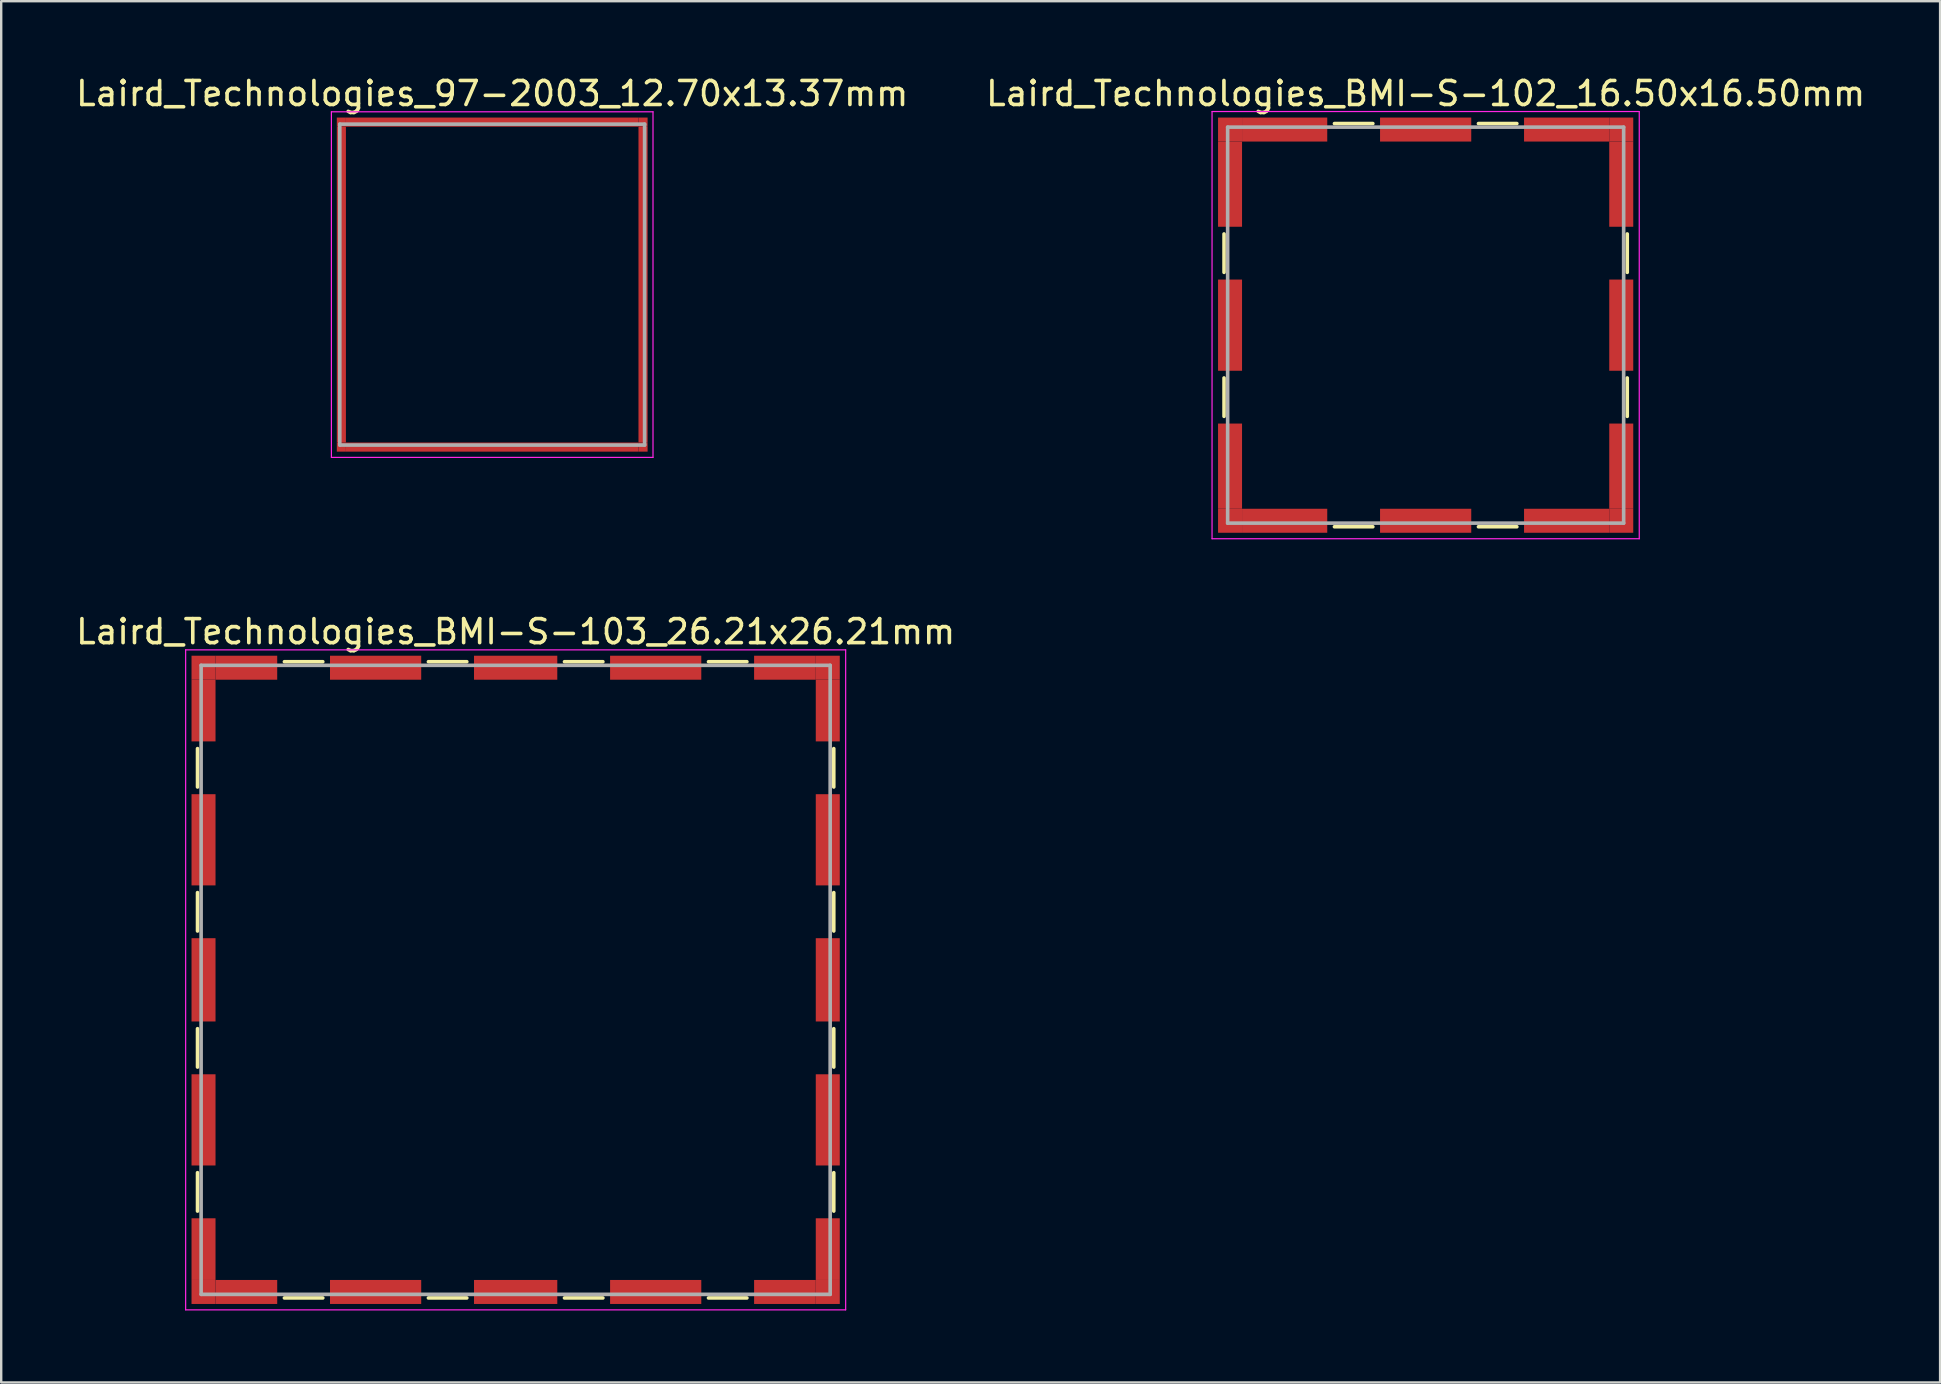
<source format=kicad_pcb>
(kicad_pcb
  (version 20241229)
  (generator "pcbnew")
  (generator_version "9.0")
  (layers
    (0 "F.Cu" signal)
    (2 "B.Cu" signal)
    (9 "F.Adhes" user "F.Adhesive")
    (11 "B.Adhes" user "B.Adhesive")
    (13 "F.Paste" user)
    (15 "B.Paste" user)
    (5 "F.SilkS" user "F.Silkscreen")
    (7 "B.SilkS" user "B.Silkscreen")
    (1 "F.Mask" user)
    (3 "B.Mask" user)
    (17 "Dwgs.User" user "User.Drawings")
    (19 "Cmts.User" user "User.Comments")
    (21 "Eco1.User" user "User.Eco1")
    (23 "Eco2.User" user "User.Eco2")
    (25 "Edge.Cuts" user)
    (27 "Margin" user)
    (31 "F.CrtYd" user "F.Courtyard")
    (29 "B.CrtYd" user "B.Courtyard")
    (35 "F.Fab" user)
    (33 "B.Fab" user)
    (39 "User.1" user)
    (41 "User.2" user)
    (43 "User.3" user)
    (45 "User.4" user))
  (footprint "Laird_Technologies_BMI-S-103_26.21x26.21mm"
    (layer "F.Cu")
    (at 18.435 37.776)
    (property "Reference" "Laird_Technologies_BMI-S-103_26.21x26.21mm" (at 0 -14.505 0) (layer "F.SilkS") (effects (font (size 1 1) (thickness 0.15))))
    (attr smd)
    (fp_line (start -13.255 -9.635) (end -13.255 -8.035) (stroke (width 0.15) (type solid)) (layer "F.SilkS"))
    (fp_line (start -13.255 -3.635) (end -13.255 -2.035) (stroke (width 0.15) (type solid)) (layer "F.SilkS"))
    (fp_line (start -13.255 2.035) (end -13.255 3.635) (stroke (width 0.15) (type solid)) (layer "F.SilkS"))
    (fp_line (start -13.255 8.035) (end -13.255 9.635) (stroke (width 0.15) (type solid)) (layer "F.SilkS"))
    (fp_line (start -9.635 -13.255) (end -8.035 -13.255) (stroke (width 0.15) (type solid)) (layer "F.SilkS"))
    (fp_line (start -9.635 13.255) (end -8.035 13.255) (stroke (width 0.15) (type solid)) (layer "F.SilkS"))
    (fp_line (start -3.635 -13.255) (end -2.035 -13.255) (stroke (width 0.15) (type solid)) (layer "F.SilkS"))
    (fp_line (start -3.635 13.255) (end -2.035 13.255) (stroke (width 0.15) (type solid)) (layer "F.SilkS"))
    (fp_line (start 2.035 -13.255) (end 3.635 -13.255) (stroke (width 0.15) (type solid)) (layer "F.SilkS"))
    (fp_line (start 2.035 13.255) (end 3.635 13.255) (stroke (width 0.15) (type solid)) (layer "F.SilkS"))
    (fp_line (start 8.035 -13.255) (end 9.635 -13.255) (stroke (width 0.15) (type solid)) (layer "F.SilkS"))
    (fp_line (start 8.035 13.255) (end 9.635 13.255) (stroke (width 0.15) (type solid)) (layer "F.SilkS"))
    (fp_line (start 13.255 -9.635) (end 13.255 -8.035) (stroke (width 0.15) (type solid)) (layer "F.SilkS"))
    (fp_line (start 13.255 -3.635) (end 13.255 -2.035) (stroke (width 0.15) (type solid)) (layer "F.SilkS"))
    (fp_line (start 13.255 2.035) (end 13.255 3.635) (stroke (width 0.15) (type solid)) (layer "F.SilkS"))
    (fp_line (start 13.255 8.035) (end 13.255 9.635) (stroke (width 0.15) (type solid)) (layer "F.SilkS"))
    (fp_line (start -13.75 -13.75) (end -13.75 13.75) (stroke (width 0.05) (type solid)) (layer "F.CrtYd"))
    (fp_line (start -13.75 13.75) (end 13.75 13.75) (stroke (width 0.05) (type solid)) (layer "F.CrtYd"))
    (fp_line (start 13.75 -13.75) (end -13.75 -13.75) (stroke (width 0.05) (type solid)) (layer "F.CrtYd"))
    (fp_line (start 13.75 13.75) (end 13.75 -13.75) (stroke (width 0.05) (type solid)) (layer "F.CrtYd"))
    (fp_line (start -13.105 -13.105) (end -13.105 13.105) (stroke (width 0.15) (type solid)) (layer "F.Fab"))
    (fp_line (start -13.105 13.105) (end 13.105 13.105) (stroke (width 0.15) (type solid)) (layer "F.Fab"))
    (fp_line (start 13.105 -13.105) (end -13.105 -13.105) (stroke (width 0.15) (type solid)) (layer "F.Fab"))
    (fp_line (start 13.105 13.105) (end 13.105 -13.105) (stroke (width 0.15) (type solid)) (layer "F.Fab"))
    (pad "1" smd rect (at -13.005 -13.005) (size 1 1) (layers "F.Cu" "F.Mask"))
    (pad "1" smd rect (at -13.005 -11.22) (size 1 2.57) (layers "F.Cu" "F.Mask"))
    (pad "1" smd rect (at -13.005 -5.835) (size 1 3.8) (layers "F.Cu" "F.Mask"))
    (pad "1" smd rect (at -13.005 0) (size 1 3.47) (layers "F.Cu" "F.Mask"))
    (pad "1" smd rect (at -13.005 5.835) (size 1 3.8) (layers "F.Cu" "F.Mask"))
    (pad "1" smd rect (at -13.005 11.22) (size 1 2.57) (layers "F.Cu" "F.Mask"))
    (pad "1" smd rect (at -13.005 13.005) (size 1 1) (layers "F.Cu" "F.Mask"))
    (pad "1" smd rect (at -11.22 -13.005) (size 2.57 1) (layers "F.Cu" "F.Mask"))
    (pad "1" smd rect (at -11.22 13.005) (size 2.57 1) (layers "F.Cu" "F.Mask"))
    (pad "1" smd rect (at -5.835 -13.005) (size 3.8 1) (layers "F.Cu" "F.Mask"))
    (pad "1" smd rect (at -5.835 13.005) (size 3.8 1) (layers "F.Cu" "F.Mask"))
    (pad "1" smd rect (at 0 -13.005) (size 3.47 1) (layers "F.Cu" "F.Mask"))
    (pad "1" smd rect (at 0 13.005) (size 3.47 1) (layers "F.Cu" "F.Mask"))
    (pad "1" smd rect (at 5.835 -13.005) (size 3.8 1) (layers "F.Cu" "F.Mask"))
    (pad "1" smd rect (at 5.835 13.005) (size 3.8 1) (layers "F.Cu" "F.Mask"))
    (pad "1" smd rect (at 11.22 -13.005) (size 2.57 1) (layers "F.Cu" "F.Mask"))
    (pad "1" smd rect (at 11.22 13.005) (size 2.57 1) (layers "F.Cu" "F.Mask"))
    (pad "1" smd rect (at 13.005 -13.005) (size 1 1) (layers "F.Cu" "F.Mask"))
    (pad "1" smd rect (at 13.005 -11.22) (size 1 2.57) (layers "F.Cu" "F.Mask"))
    (pad "1" smd rect (at 13.005 -5.835) (size 1 3.8) (layers "F.Cu" "F.Mask"))
    (pad "1" smd rect (at 13.005 0) (size 1 3.47) (layers "F.Cu" "F.Mask"))
    (pad "1" smd rect (at 13.005 5.835) (size 1 3.8) (layers "F.Cu" "F.Mask"))
    (pad "1" smd rect (at 13.005 11.22) (size 1 2.57) (layers "F.Cu" "F.Mask"))
    (pad "1" smd rect (at 13.005 13.005) (size 1 1) (layers "F.Cu" "F.Mask")))
  (footprint "Laird_Technologies_BMI-S-102_16.50x16.50mm"
    (layer "F.Cu")
    (at 56.351 10.498)
    (property "Reference" "Laird_Technologies_BMI-S-102_16.50x16.50mm" (at 0 -9.65 0) (layer "F.SilkS") (effects (font (size 1 1) (thickness 0.15))))
    (attr smd)
    (fp_line (start -8.4 -3.8) (end -8.4 -2.2) (stroke (width 0.15) (type solid)) (layer "F.SilkS"))
    (fp_line (start -8.4 2.2) (end -8.4 3.8) (stroke (width 0.15) (type solid)) (layer "F.SilkS"))
    (fp_line (start -3.8 -8.4) (end -2.2 -8.4) (stroke (width 0.15) (type solid)) (layer "F.SilkS"))
    (fp_line (start -3.8 8.4) (end -2.2 8.4) (stroke (width 0.15) (type solid)) (layer "F.SilkS"))
    (fp_line (start 2.2 -8.4) (end 3.8 -8.4) (stroke (width 0.15) (type solid)) (layer "F.SilkS"))
    (fp_line (start 2.2 8.4) (end 3.8 8.4) (stroke (width 0.15) (type solid)) (layer "F.SilkS"))
    (fp_line (start 8.4 -3.8) (end 8.4 -2.2) (stroke (width 0.15) (type solid)) (layer "F.SilkS"))
    (fp_line (start 8.4 2.2) (end 8.4 3.8) (stroke (width 0.15) (type solid)) (layer "F.SilkS"))
    (fp_line (start -8.9 -8.9) (end -8.9 8.9) (stroke (width 0.05) (type solid)) (layer "F.CrtYd"))
    (fp_line (start -8.9 8.9) (end 8.9 8.9) (stroke (width 0.05) (type solid)) (layer "F.CrtYd"))
    (fp_line (start 8.9 -8.9) (end -8.9 -8.9) (stroke (width 0.05) (type solid)) (layer "F.CrtYd"))
    (fp_line (start 8.9 8.9) (end 8.9 -8.9) (stroke (width 0.05) (type solid)) (layer "F.CrtYd"))
    (fp_line (start -8.25 -8.25) (end -8.25 8.25) (stroke (width 0.15) (type solid)) (layer "F.Fab"))
    (fp_line (start -8.25 8.25) (end 8.25 8.25) (stroke (width 0.15) (type solid)) (layer "F.Fab"))
    (fp_line (start 8.25 -8.25) (end -8.25 -8.25) (stroke (width 0.15) (type solid)) (layer "F.Fab"))
    (fp_line (start 8.25 8.25) (end 8.25 -8.25) (stroke (width 0.15) (type solid)) (layer "F.Fab"))
    (pad "1" smd rect (at -8.15 -8.15) (size 1 1) (layers "F.Cu" "F.Mask"))
    (pad "1" smd rect (at -8.15 -5.875) (size 1 3.55) (layers "F.Cu" "F.Mask"))
    (pad "1" smd rect (at -8.15 0) (size 1 3.8) (layers "F.Cu" "F.Mask"))
    (pad "1" smd rect (at -8.15 5.875) (size 1 3.55) (layers "F.Cu" "F.Mask"))
    (pad "1" smd rect (at -8.15 8.15) (size 1 1) (layers "F.Cu" "F.Mask"))
    (pad "1" smd rect (at -5.875 -8.15) (size 3.55 1) (layers "F.Cu" "F.Mask"))
    (pad "1" smd rect (at -5.875 8.15) (size 3.55 1) (layers "F.Cu" "F.Mask"))
    (pad "1" smd rect (at 0 -8.15) (size 3.8 1) (layers "F.Cu" "F.Mask"))
    (pad "1" smd rect (at 0 8.15) (size 3.8 1) (layers "F.Cu" "F.Mask"))
    (pad "1" smd rect (at 5.875 -8.15) (size 3.55 1) (layers "F.Cu" "F.Mask"))
    (pad "1" smd rect (at 5.875 8.15) (size 3.55 1) (layers "F.Cu" "F.Mask"))
    (pad "1" smd rect (at 8.15 -8.15) (size 1 1) (layers "F.Cu" "F.Mask"))
    (pad "1" smd rect (at 8.15 -5.875) (size 1 3.55) (layers "F.Cu" "F.Mask"))
    (pad "1" smd rect (at 8.15 0) (size 1 3.8) (layers "F.Cu" "F.Mask"))
    (pad "1" smd rect (at 8.15 5.875) (size 1 3.55) (layers "F.Cu" "F.Mask"))
    (pad "1" smd rect (at 8.15 8.15) (size 1 1) (layers "F.Cu" "F.Mask")))
  (footprint "Laird_Technologies_97-2003_12.70x13.37mm"
    (layer "F.Cu")
    (at 17.458 8.808)
    (property "Reference" "Laird_Technologies_97-2003_12.70x13.37mm" (at 0 -7.96 0) (layer "F.SilkS") (effects (font (size 1 1) (thickness 0.15))))
    (attr smd)
    (fp_line (start -6.7 -7.2) (end -6.7 7.2) (stroke (width 0.05) (type solid)) (layer "F.CrtYd"))
    (fp_line (start -6.7 7.2) (end 6.7 7.2) (stroke (width 0.05) (type solid)) (layer "F.CrtYd"))
    (fp_line (start 6.7 -7.2) (end -6.7 -7.2) (stroke (width 0.05) (type solid)) (layer "F.CrtYd"))
    (fp_line (start 6.7 7.2) (end 6.7 -7.2) (stroke (width 0.05) (type solid)) (layer "F.CrtYd"))
    (fp_line (start -6.35 -6.685) (end -6.35 6.685) (stroke (width 0.15) (type solid)) (layer "F.Fab"))
    (fp_line (start -6.35 6.685) (end 6.35 6.685) (stroke (width 0.15) (type solid)) (layer "F.Fab"))
    (fp_line (start 6.35 -6.685) (end -6.35 -6.685) (stroke (width 0.15) (type solid)) (layer "F.Fab"))
    (fp_line (start 6.35 6.685) (end 6.35 -6.685) (stroke (width 0.15) (type solid)) (layer "F.Fab"))
    (pad "1" smd rect (at -6.285 -6.77) (size 0.38 0.38) (layers "F.Cu" "F.Mask"))
    (pad "1" smd rect (at -6.285 0) (size 0.38 13.16) (layers "F.Cu" "F.Mask"))
    (pad "1" smd rect (at -6.285 6.77) (size 0.38 0.38) (layers "F.Cu" "F.Mask"))
    (pad "1" smd rect (at 0 -6.77) (size 12.19 0.38) (layers "F.Cu" "F.Mask"))
    (pad "1" smd rect (at 0 6.77) (size 12.19 0.38) (layers "F.Cu" "F.Mask"))
    (pad "1" smd rect (at 6.285 -6.77) (size 0.38 0.38) (layers "F.Cu" "F.Mask"))
    (pad "1" smd rect (at 6.285 0) (size 0.38 13.16) (layers "F.Cu" "F.Mask"))
    (pad "1" smd rect (at 6.285 6.77) (size 0.38 0.38) (layers "F.Cu" "F.Mask")))
  (gr_rect
    (start -3 -3)
    (end 77.786 54.551)
    (stroke (width 0.1) (type default))
    (fill no)
    (layer "Edge.Cuts")))
</source>
